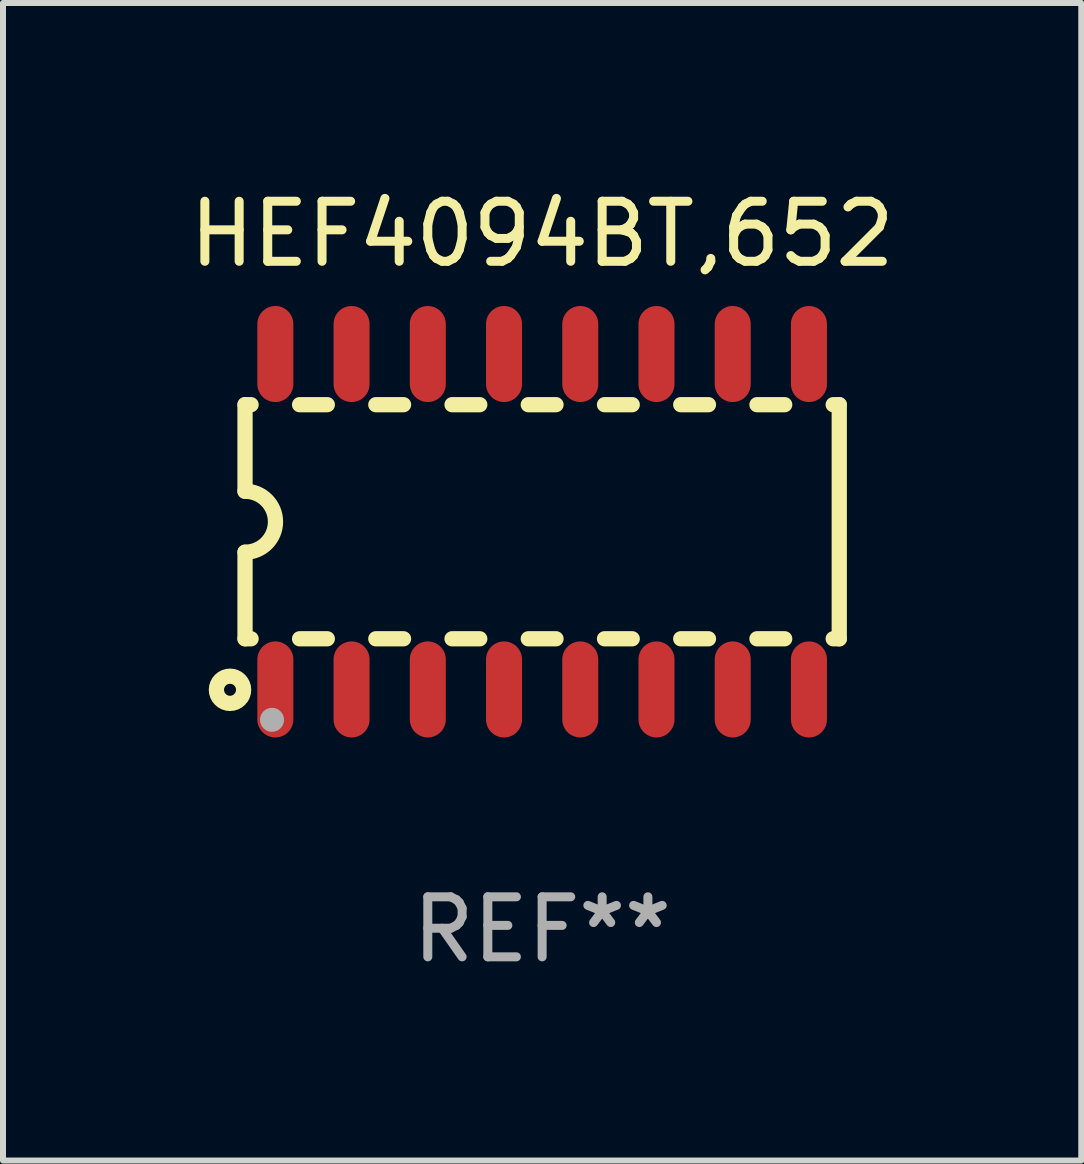
<source format=kicad_pcb>
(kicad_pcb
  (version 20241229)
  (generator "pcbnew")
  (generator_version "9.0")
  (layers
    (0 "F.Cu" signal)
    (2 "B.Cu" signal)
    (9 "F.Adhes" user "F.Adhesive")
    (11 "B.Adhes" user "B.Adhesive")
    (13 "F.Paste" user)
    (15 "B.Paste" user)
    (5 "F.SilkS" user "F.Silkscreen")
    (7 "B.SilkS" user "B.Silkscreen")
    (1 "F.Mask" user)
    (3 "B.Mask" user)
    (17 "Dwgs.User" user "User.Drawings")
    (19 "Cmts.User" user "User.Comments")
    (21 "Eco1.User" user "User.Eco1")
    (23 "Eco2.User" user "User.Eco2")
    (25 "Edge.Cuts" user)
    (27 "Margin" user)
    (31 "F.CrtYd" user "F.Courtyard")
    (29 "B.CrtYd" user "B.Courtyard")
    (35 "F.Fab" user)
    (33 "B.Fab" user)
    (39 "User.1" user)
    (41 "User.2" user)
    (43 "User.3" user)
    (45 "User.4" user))
  (footprint "HEF4094BT,652"
    (layer "F.Cu")
    (at 5.982 5.642)
    (property "Reference" "HEF4094BT,652" (at 0 -4.794 0) (layer "F.SilkS") (effects (font (size 1 1) (thickness 0.15))))
    (attr through_hole)
    (fp_line (start -4.95 -1.95) (end -4.95 -0.508) (stroke (width 0.254) (type solid)) (layer "F.SilkS"))
    (fp_line (start -4.95 -1.95) (end -4.849 -1.95) (stroke (width 0.254) (type solid)) (layer "F.SilkS"))
    (fp_line (start -4.95 1.95) (end -4.95 0.508) (stroke (width 0.254) (type solid)) (layer "F.SilkS"))
    (fp_line (start -4.95 1.95) (end -4.849 1.95) (stroke (width 0.254) (type solid)) (layer "F.SilkS"))
    (fp_line (start -4.041 -1.95) (end -3.579 -1.95) (stroke (width 0.254) (type solid)) (layer "F.SilkS"))
    (fp_line (start -4.041 1.95) (end -3.579 1.95) (stroke (width 0.254) (type solid)) (layer "F.SilkS"))
    (fp_line (start -2.771 -1.95) (end -2.309 -1.95) (stroke (width 0.254) (type solid)) (layer "F.SilkS"))
    (fp_line (start -2.771 1.95) (end -2.309 1.95) (stroke (width 0.254) (type solid)) (layer "F.SilkS"))
    (fp_line (start -1.501 -1.95) (end -1.039 -1.95) (stroke (width 0.254) (type solid)) (layer "F.SilkS"))
    (fp_line (start -1.501 1.95) (end -1.039 1.95) (stroke (width 0.254) (type solid)) (layer "F.SilkS"))
    (fp_line (start -0.231 -1.95) (end 0.231 -1.95) (stroke (width 0.254) (type solid)) (layer "F.SilkS"))
    (fp_line (start -0.231 1.95) (end 0.231 1.95) (stroke (width 0.254) (type solid)) (layer "F.SilkS"))
    (fp_line (start 1.039 -1.95) (end 1.501 -1.95) (stroke (width 0.254) (type solid)) (layer "F.SilkS"))
    (fp_line (start 1.039 1.95) (end 1.501 1.95) (stroke (width 0.254) (type solid)) (layer "F.SilkS"))
    (fp_line (start 2.309 -1.95) (end 2.771 -1.95) (stroke (width 0.254) (type solid)) (layer "F.SilkS"))
    (fp_line (start 2.309 1.95) (end 2.771 1.95) (stroke (width 0.254) (type solid)) (layer "F.SilkS"))
    (fp_line (start 3.579 -1.95) (end 4.041 -1.95) (stroke (width 0.254) (type solid)) (layer "F.SilkS"))
    (fp_line (start 3.579 1.95) (end 4.041 1.95) (stroke (width 0.254) (type solid)) (layer "F.SilkS"))
    (fp_line (start 4.849 -1.95) (end 4.95 -1.95) (stroke (width 0.254) (type solid)) (layer "F.SilkS"))
    (fp_line (start 4.849 1.95) (end 4.95 1.95) (stroke (width 0.254) (type solid)) (layer "F.SilkS"))
    (fp_line (start 4.95 -1.95) (end 4.95 1.95) (stroke (width 0.254) (type solid)) (layer "F.SilkS"))
    (fp_arc (start -4.95047 -0.508001) (mid -4.442469 -0.000228) (end -4.950013 0.508001) (stroke (width 0.254001) (type solid)) (layer "F.SilkS"))
    (fp_circle (center -5.2 2.8) (end -5.1 2.8) (stroke (width 0.254) (type solid)) (fill no) (layer "F.SilkS"))
    (fp_circle (center -4.95 2.947) (end -4.92 2.947) (stroke (width 0.06) (type solid)) (fill no) (layer "F.SilkS"))
    (fp_circle (center -4.5 3.3) (end -4.4 3.3) (stroke (width 0.2) (type solid)) (fill no) (layer "F.Fab"))
    (fp_text user "REF**" (at 0 6.794 0) (layer "F.Fab") (effects (font (size 1 1) (thickness 0.15))))
    (pad "1" smd oval (at -4.445 2.794) (size 0.6 1.6) (layers "F.Cu" "F.Mask" "F.Paste"))
    (pad "2" smd oval (at -3.175 2.794) (size 0.6 1.6) (layers "F.Cu" "F.Mask" "F.Paste"))
    (pad "3" smd oval (at -1.905 2.794) (size 0.6 1.6) (layers "F.Cu" "F.Mask" "F.Paste"))
    (pad "4" smd oval (at -0.635 2.794) (size 0.6 1.6) (layers "F.Cu" "F.Mask" "F.Paste"))
    (pad "5" smd oval (at 0.635 2.794) (size 0.6 1.6) (layers "F.Cu" "F.Mask" "F.Paste"))
    (pad "6" smd oval (at 1.905 2.794) (size 0.6 1.6) (layers "F.Cu" "F.Mask" "F.Paste"))
    (pad "7" smd oval (at 3.175 2.794) (size 0.6 1.6) (layers "F.Cu" "F.Mask" "F.Paste"))
    (pad "8" smd oval (at 4.445 2.794) (size 0.6 1.6) (layers "F.Cu" "F.Mask" "F.Paste"))
    (pad "9" smd oval (at 4.445 -2.794) (size 0.6 1.6) (layers "F.Cu" "F.Mask" "F.Paste"))
    (pad "10" smd oval (at 3.175 -2.794) (size 0.6 1.6) (layers "F.Cu" "F.Mask" "F.Paste"))
    (pad "11" smd oval (at 1.905 -2.794) (size 0.6 1.6) (layers "F.Cu" "F.Mask" "F.Paste"))
    (pad "12" smd oval (at 0.635 -2.794) (size 0.6 1.6) (layers "F.Cu" "F.Mask" "F.Paste"))
    (pad "13" smd oval (at -0.635 -2.794) (size 0.6 1.6) (layers "F.Cu" "F.Mask" "F.Paste"))
    (pad "14" smd oval (at -1.905 -2.794) (size 0.6 1.6) (layers "F.Cu" "F.Mask" "F.Paste"))
    (pad "15" smd oval (at -3.175 -2.794) (size 0.6 1.6) (layers "F.Cu" "F.Mask" "F.Paste"))
    (pad "16" smd oval (at -4.445 -2.794) (size 0.6 1.6) (layers "F.Cu" "F.Mask" "F.Paste")))
  (gr_rect
    (start -3 -3)
    (end 14.964 16.285)
    (stroke (width 0.1) (type default))
    (fill no)
    (layer "Edge.Cuts")))
</source>
